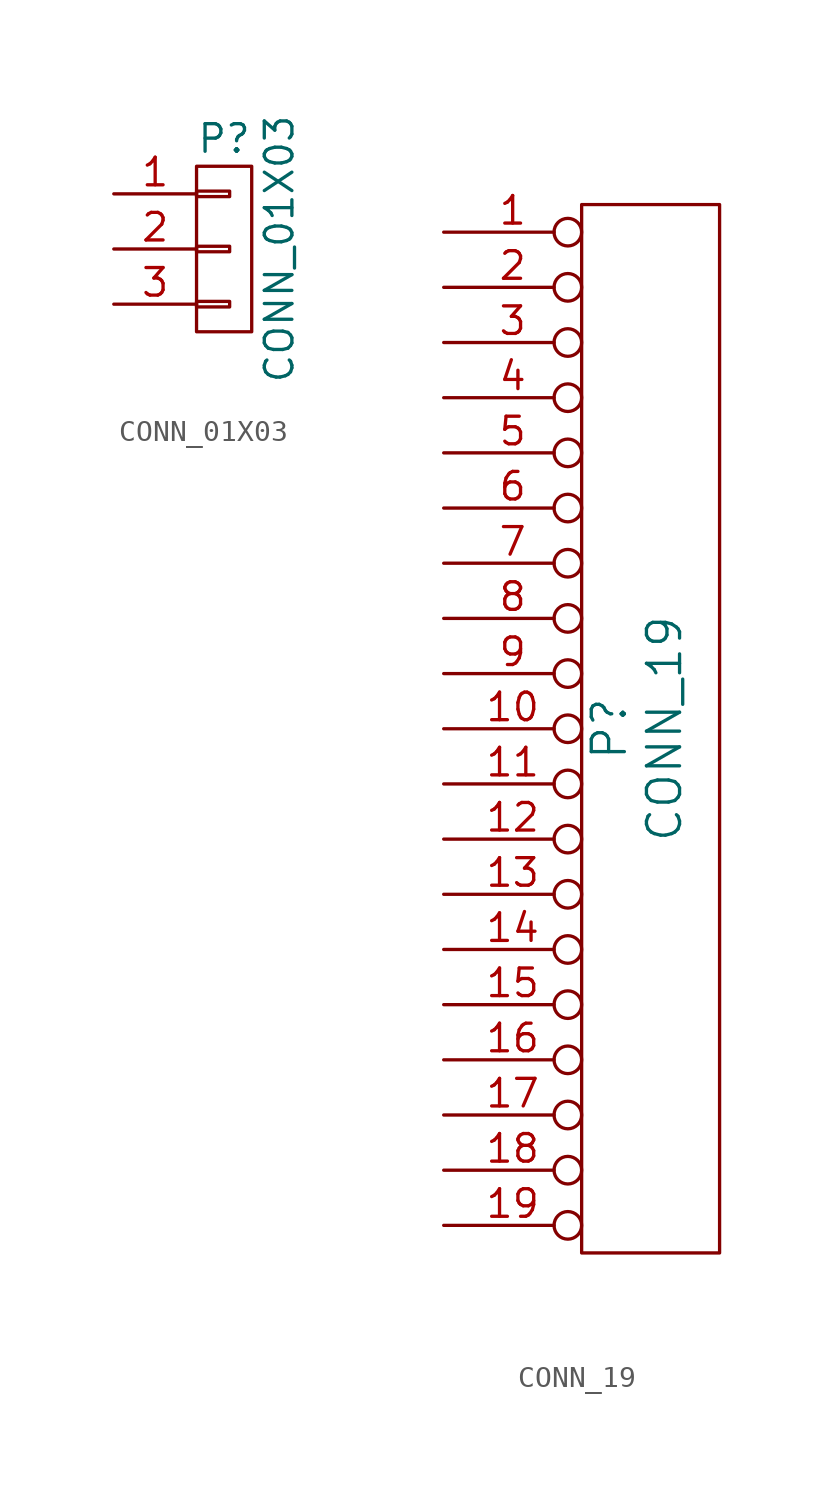
<source format=kicad_sym>
(kicad_symbol_lib
  (version 20210619)
  (generator kicad_symbol_editor)
  (symbol "tinkerforge:CONN_01X03"
    (pin_names
      (offset 1.016) hide)
    (property "Reference" "P"
      (at 0 5.08 0)
      (effects (font (size 1.27 1.27))))
    (property "Value" "CONN_01X03"
      (at 2.54 0 90)
      (effects (font (size 1.27 1.27))))
    (property "Footprint" ""
      (at 0 0 0)
      (effects (font (size 1.27 1.27))))
    (property "Datasheet" ""
      (at 0 0 0)
      (effects (font (size 1.27 1.27))))
    (symbol "CONN_01X03_0_1"
      (rectangle (start -1.27 -2.413) (end 0.254 -2.667) (stroke (width 0)) (fill (type none)))
      (rectangle (start -1.27 0.127) (end 0.254 -0.127) (stroke (width 0)) (fill (type none)))
      (rectangle (start -1.27 2.667) (end 0.254 2.413) (stroke (width 0)) (fill (type none)))
      (rectangle (start -1.27 3.81) (end 1.27 -3.81) (stroke (width 0)) (fill (type none))))
    (symbol "CONN_01X03_1_1"
      (pin passive line (at -5.08 2.54 0) (length 3.81) (name "P1" (effects (font (size 1.27 1.27)))) (number "1" (effects (font (size 1.27 1.27)))))
      (pin passive line (at -5.08 0 0) (length 3.81) (name "P2" (effects (font (size 1.27 1.27)))) (number "2" (effects (font (size 1.27 1.27)))))
      (pin passive line (at -5.08 -2.54 0) (length 3.81) (name "P3" (effects (font (size 1.27 1.27)))) (number "3" (effects (font (size 1.27 1.27)))))))
  (symbol "tinkerforge:CONN_19"
    (pin_names
      (offset 1.016) hide)
    (property "Reference" "P"
      (at -1.27 0 90)
      (effects (font (size 1.524 1.524))))
    (property "Value" "CONN_19"
      (at 1.27 0 90)
      (effects (font (size 1.524 1.524))))
    (property "Footprint" ""
      (at 0 0 0)
      (effects (font (size 1.524 1.524))))
    (property "Datasheet" ""
      (at 0 0 0)
      (effects (font (size 1.524 1.524))))
    (symbol "CONN_19_0_1"
      (rectangle (start -2.54 -24.13) (end 3.81 24.13) (stroke (width 0)) (fill (type none))))
    (symbol "CONN_19_1_1"
      (pin passive inverted (at -8.89 22.86 0) (length 6.35) (name "P1" (effects (font (size 1.27 1.27)))) (number "1" (effects (font (size 1.27 1.27)))))
      (pin passive inverted (at -8.89 0 0) (length 6.35) (name "P10" (effects (font (size 1.27 1.27)))) (number "10" (effects (font (size 1.27 1.27)))))
      (pin passive inverted (at -8.89 -2.54 0) (length 6.35) (name "P11" (effects (font (size 1.27 1.27)))) (number "11" (effects (font (size 1.27 1.27)))))
      (pin passive inverted (at -8.89 -5.08 0) (length 6.35) (name "P12" (effects (font (size 1.27 1.27)))) (number "12" (effects (font (size 1.27 1.27)))))
      (pin passive inverted (at -8.89 -7.62 0) (length 6.35) (name "P13" (effects (font (size 1.27 1.27)))) (number "13" (effects (font (size 1.27 1.27)))))
      (pin passive inverted (at -8.89 -10.16 0) (length 6.35) (name "P14" (effects (font (size 1.27 1.27)))) (number "14" (effects (font (size 1.27 1.27)))))
      (pin passive inverted (at -8.89 -12.7 0) (length 6.35) (name "P15" (effects (font (size 1.27 1.27)))) (number "15" (effects (font (size 1.27 1.27)))))
      (pin passive inverted (at -8.89 -15.24 0) (length 6.35) (name "P16" (effects (font (size 1.27 1.27)))) (number "16" (effects (font (size 1.27 1.27)))))
      (pin passive inverted (at -8.89 -17.78 0) (length 6.35) (name "P17" (effects (font (size 1.27 1.27)))) (number "17" (effects (font (size 1.27 1.27)))))
      (pin passive inverted (at -8.89 -20.32 0) (length 6.35) (name "P18" (effects (font (size 1.27 1.27)))) (number "18" (effects (font (size 1.27 1.27)))))
      (pin passive inverted (at -8.89 -22.86 0) (length 6.35) (name "P19" (effects (font (size 1.27 1.27)))) (number "19" (effects (font (size 1.27 1.27)))))
      (pin passive inverted (at -8.89 20.32 0) (length 6.35) (name "P2" (effects (font (size 1.27 1.27)))) (number "2" (effects (font (size 1.27 1.27)))))
      (pin passive inverted (at -8.89 17.78 0) (length 6.35) (name "P3" (effects (font (size 1.27 1.27)))) (number "3" (effects (font (size 1.27 1.27)))))
      (pin passive inverted (at -8.89 15.24 0) (length 6.35) (name "P4" (effects (font (size 1.27 1.27)))) (number "4" (effects (font (size 1.27 1.27)))))
      (pin passive inverted (at -8.89 12.7 0) (length 6.35) (name "P5" (effects (font (size 1.27 1.27)))) (number "5" (effects (font (size 1.27 1.27)))))
      (pin passive inverted (at -8.89 10.16 0) (length 6.35) (name "P6" (effects (font (size 1.27 1.27)))) (number "6" (effects (font (size 1.27 1.27)))))
      (pin passive inverted (at -8.89 7.62 0) (length 6.35) (name "P7" (effects (font (size 1.27 1.27)))) (number "7" (effects (font (size 1.27 1.27)))))
      (pin passive inverted (at -8.89 5.08 0) (length 6.35) (name "P8" (effects (font (size 1.27 1.27)))) (number "8" (effects (font (size 1.27 1.27)))))
      (pin passive inverted (at -8.89 2.54 0) (length 6.35) (name "P9" (effects (font (size 1.27 1.27)))) (number "9" (effects (font (size 1.27 1.27))))))))
</source>
